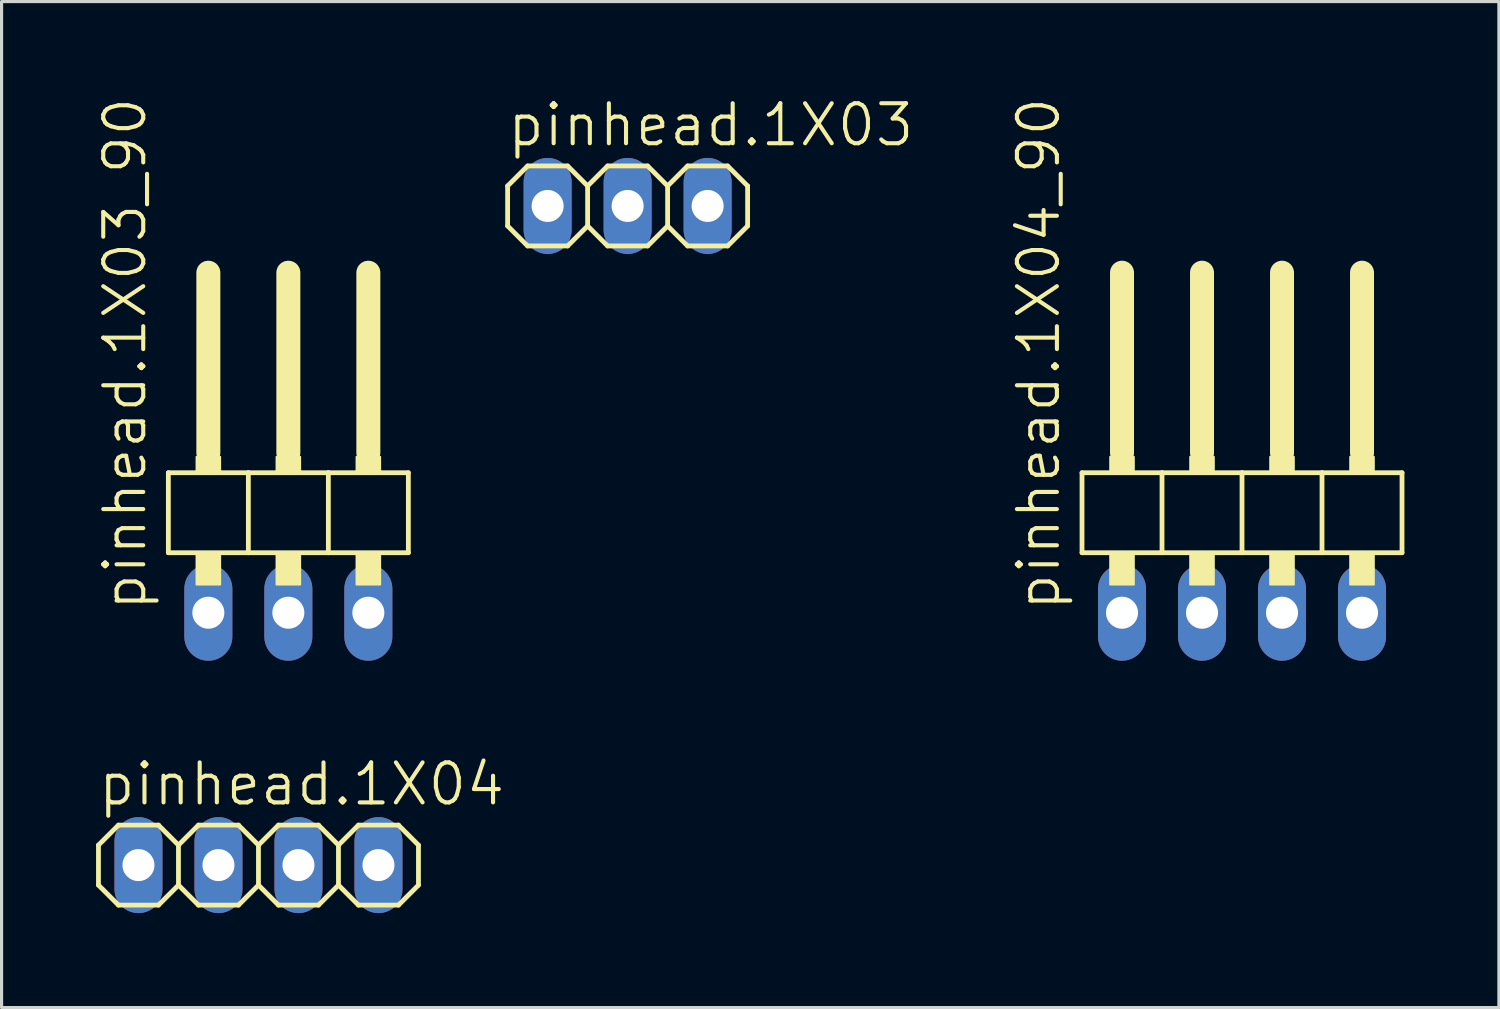
<source format=kicad_pcb>
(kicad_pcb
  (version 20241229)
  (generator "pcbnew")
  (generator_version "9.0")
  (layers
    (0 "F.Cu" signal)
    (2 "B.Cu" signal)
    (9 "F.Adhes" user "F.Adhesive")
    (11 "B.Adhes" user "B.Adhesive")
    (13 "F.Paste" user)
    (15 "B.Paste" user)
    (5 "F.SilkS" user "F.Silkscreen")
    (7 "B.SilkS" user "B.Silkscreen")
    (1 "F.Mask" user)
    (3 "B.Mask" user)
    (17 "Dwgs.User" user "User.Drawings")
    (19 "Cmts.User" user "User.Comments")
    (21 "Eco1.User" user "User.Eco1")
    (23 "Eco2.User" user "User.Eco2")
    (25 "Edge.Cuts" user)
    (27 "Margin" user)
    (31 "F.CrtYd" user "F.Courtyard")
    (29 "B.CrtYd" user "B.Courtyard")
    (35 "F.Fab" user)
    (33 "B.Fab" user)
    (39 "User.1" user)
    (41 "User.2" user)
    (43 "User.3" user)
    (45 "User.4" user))
  (footprint "pinhead.1X03"
    (layer "F.Cu")
    (at 16.877 3.489)
    (property "Reference" "pinhead.1X03" (at -3.886 -1.829 0) (layer "F.SilkS") (effects (font (size 1.27 1.27) (thickness 0.13)) (justify left bottom)))
    (attr through_hole)
    (fp_line (start -3.81 -0.635) (end -3.81 0.635) (stroke (width 0.152) (type default)) (layer "F.SilkS"))
    (fp_line (start -3.81 0.635) (end -3.175 1.27) (stroke (width 0.152) (type default)) (layer "F.SilkS"))
    (fp_line (start -3.175 -1.27) (end -3.81 -0.635) (stroke (width 0.152) (type default)) (layer "F.SilkS"))
    (fp_line (start -3.175 -1.27) (end -1.905 -1.27) (stroke (width 0.152) (type default)) (layer "F.SilkS"))
    (fp_line (start -1.905 -1.27) (end -1.27 -0.635) (stroke (width 0.152) (type default)) (layer "F.SilkS"))
    (fp_line (start -1.905 1.27) (end -3.175 1.27) (stroke (width 0.152) (type default)) (layer "F.SilkS"))
    (fp_line (start -1.27 -0.635) (end -1.27 0.635) (stroke (width 0.152) (type default)) (layer "F.SilkS"))
    (fp_line (start -1.27 -0.635) (end -0.635 -1.27) (stroke (width 0.152) (type default)) (layer "F.SilkS"))
    (fp_line (start -1.27 0.635) (end -1.905 1.27) (stroke (width 0.152) (type default)) (layer "F.SilkS"))
    (fp_line (start -0.635 -1.27) (end 0.635 -1.27) (stroke (width 0.152) (type default)) (layer "F.SilkS"))
    (fp_line (start -0.635 1.27) (end -1.27 0.635) (stroke (width 0.152) (type default)) (layer "F.SilkS"))
    (fp_line (start 0.635 -1.27) (end 1.27 -0.635) (stroke (width 0.152) (type default)) (layer "F.SilkS"))
    (fp_line (start 0.635 1.27) (end -0.635 1.27) (stroke (width 0.152) (type default)) (layer "F.SilkS"))
    (fp_line (start 1.27 -0.635) (end 1.27 0.635) (stroke (width 0.152) (type default)) (layer "F.SilkS"))
    (fp_line (start 1.27 -0.635) (end 1.905 -1.27) (stroke (width 0.152) (type default)) (layer "F.SilkS"))
    (fp_line (start 1.27 0.635) (end 0.635 1.27) (stroke (width 0.152) (type default)) (layer "F.SilkS"))
    (fp_line (start 1.905 -1.27) (end 3.175 -1.27) (stroke (width 0.152) (type default)) (layer "F.SilkS"))
    (fp_line (start 1.905 1.27) (end 1.27 0.635) (stroke (width 0.152) (type default)) (layer "F.SilkS"))
    (fp_line (start 3.175 -1.27) (end 3.81 -0.635) (stroke (width 0.152) (type default)) (layer "F.SilkS"))
    (fp_line (start 3.175 1.27) (end 1.905 1.27) (stroke (width 0.152) (type default)) (layer "F.SilkS"))
    (fp_line (start 3.81 -0.635) (end 3.81 0.635) (stroke (width 0.152) (type default)) (layer "F.SilkS"))
    (fp_line (start 3.81 0.635) (end 3.175 1.27) (stroke (width 0.152) (type default)) (layer "F.SilkS"))
    (fp_rect (start -2.794 0.254) (end -2.286 -0.254) (stroke (width 0.05) (type default)) (fill no) (layer "F.Fab"))
    (fp_rect (start -0.254 0.254) (end 0.254 -0.254) (stroke (width 0.05) (type default)) (fill no) (layer "F.Fab"))
    (fp_rect (start 2.286 0.254) (end 2.794 -0.254) (stroke (width 0.05) (type default)) (fill no) (layer "F.Fab"))
    (pad "1" thru_hole oval (at -2.54 0 90) (size 3.048 1.524) (drill 1.016) (layers "*.Cu" "*.Mask"))
    (pad "2" thru_hole oval (at 0 0 90) (size 3.048 1.524) (drill 1.016) (layers "*.Cu" "*.Mask"))
    (pad "3" thru_hole oval (at 2.54 0 90) (size 3.048 1.524) (drill 1.016) (layers "*.Cu" "*.Mask")))
  (footprint "pinhead.1X04"
    (layer "F.Cu")
    (at 5.156 24.417)
    (property "Reference" "pinhead.1X04" (at -5.156 -1.829 0) (layer "F.SilkS") (effects (font (size 1.27 1.27) (thickness 0.13)) (justify left bottom)))
    (attr through_hole)
    (fp_line (start -5.08 -0.635) (end -5.08 0.635) (stroke (width 0.152) (type default)) (layer "F.SilkS"))
    (fp_line (start -5.08 0.635) (end -4.445 1.27) (stroke (width 0.152) (type default)) (layer "F.SilkS"))
    (fp_line (start -4.445 -1.27) (end -5.08 -0.635) (stroke (width 0.152) (type default)) (layer "F.SilkS"))
    (fp_line (start -4.445 -1.27) (end -3.175 -1.27) (stroke (width 0.152) (type default)) (layer "F.SilkS"))
    (fp_line (start -3.175 -1.27) (end -2.54 -0.635) (stroke (width 0.152) (type default)) (layer "F.SilkS"))
    (fp_line (start -3.175 1.27) (end -4.445 1.27) (stroke (width 0.152) (type default)) (layer "F.SilkS"))
    (fp_line (start -2.54 -0.635) (end -2.54 0.635) (stroke (width 0.152) (type default)) (layer "F.SilkS"))
    (fp_line (start -2.54 -0.635) (end -1.905 -1.27) (stroke (width 0.152) (type default)) (layer "F.SilkS"))
    (fp_line (start -2.54 0.635) (end -3.175 1.27) (stroke (width 0.152) (type default)) (layer "F.SilkS"))
    (fp_line (start -1.905 -1.27) (end -0.635 -1.27) (stroke (width 0.152) (type default)) (layer "F.SilkS"))
    (fp_line (start -1.905 1.27) (end -2.54 0.635) (stroke (width 0.152) (type default)) (layer "F.SilkS"))
    (fp_line (start -0.635 -1.27) (end 0 -0.635) (stroke (width 0.152) (type default)) (layer "F.SilkS"))
    (fp_line (start -0.635 1.27) (end -1.905 1.27) (stroke (width 0.152) (type default)) (layer "F.SilkS"))
    (fp_line (start 0 -0.635) (end 0 0.635) (stroke (width 0.152) (type default)) (layer "F.SilkS"))
    (fp_line (start 0 -0.635) (end 0.635 -1.27) (stroke (width 0.152) (type default)) (layer "F.SilkS"))
    (fp_line (start 0 0.635) (end -0.635 1.27) (stroke (width 0.152) (type default)) (layer "F.SilkS"))
    (fp_line (start 0.635 -1.27) (end 1.905 -1.27) (stroke (width 0.152) (type default)) (layer "F.SilkS"))
    (fp_line (start 0.635 1.27) (end 0 0.635) (stroke (width 0.152) (type default)) (layer "F.SilkS"))
    (fp_line (start 1.905 -1.27) (end 2.54 -0.635) (stroke (width 0.152) (type default)) (layer "F.SilkS"))
    (fp_line (start 1.905 1.27) (end 0.635 1.27) (stroke (width 0.152) (type default)) (layer "F.SilkS"))
    (fp_line (start 2.54 -0.635) (end 2.54 0.635) (stroke (width 0.152) (type default)) (layer "F.SilkS"))
    (fp_line (start 2.54 0.635) (end 1.905 1.27) (stroke (width 0.152) (type default)) (layer "F.SilkS"))
    (fp_line (start 2.54 0.635) (end 3.175 1.27) (stroke (width 0.152) (type default)) (layer "F.SilkS"))
    (fp_line (start 3.175 -1.27) (end 2.54 -0.635) (stroke (width 0.152) (type default)) (layer "F.SilkS"))
    (fp_line (start 3.175 -1.27) (end 4.445 -1.27) (stroke (width 0.152) (type default)) (layer "F.SilkS"))
    (fp_line (start 4.445 -1.27) (end 5.08 -0.635) (stroke (width 0.152) (type default)) (layer "F.SilkS"))
    (fp_line (start 4.445 1.27) (end 3.175 1.27) (stroke (width 0.152) (type default)) (layer "F.SilkS"))
    (fp_line (start 5.08 -0.635) (end 5.08 0.635) (stroke (width 0.152) (type default)) (layer "F.SilkS"))
    (fp_line (start 5.08 0.635) (end 4.445 1.27) (stroke (width 0.152) (type default)) (layer "F.SilkS"))
    (fp_rect (start -4.064 0.254) (end -3.556 -0.254) (stroke (width 0.05) (type default)) (fill no) (layer "F.Fab"))
    (fp_rect (start -1.524 0.254) (end -1.016 -0.254) (stroke (width 0.05) (type default)) (fill no) (layer "F.Fab"))
    (fp_rect (start 1.016 0.254) (end 1.524 -0.254) (stroke (width 0.05) (type default)) (fill no) (layer "F.Fab"))
    (fp_rect (start 3.556 0.254) (end 4.064 -0.254) (stroke (width 0.05) (type default)) (fill no) (layer "F.Fab"))
    (pad "1" thru_hole oval (at -3.81 0 90) (size 3.048 1.524) (drill 1.016) (layers "*.Cu" "*.Mask"))
    (pad "2" thru_hole oval (at -1.27 0 90) (size 3.048 1.524) (drill 1.016) (layers "*.Cu" "*.Mask"))
    (pad "3" thru_hole oval (at 1.27 0 90) (size 3.048 1.524) (drill 1.016) (layers "*.Cu" "*.Mask"))
    (pad "4" thru_hole oval (at 3.81 0 90) (size 3.048 1.524) (drill 1.016) (layers "*.Cu" "*.Mask")))
  (footprint "pinhead.1X04_90"
    (layer "F.Cu")
    (at 36.384 12.594)
    (property "Reference" "pinhead.1X04_90" (at -5.715 3.81 90) (layer "F.SilkS") (effects (font (size 1.27 1.27) (thickness 0.13)) (justify left bottom)))
    (attr through_hole)
    (fp_line (start -5.08 -0.635) (end -5.08 1.905) (stroke (width 0.152) (type default)) (layer "F.SilkS"))
    (fp_line (start -5.08 1.905) (end -2.54 1.905) (stroke (width 0.152) (type default)) (layer "F.SilkS"))
    (fp_line (start -3.81 -6.985) (end -3.81 -1.27) (stroke (width 0.762) (type default)) (layer "F.SilkS"))
    (fp_line (start -2.54 -0.635) (end -5.08 -0.635) (stroke (width 0.152) (type default)) (layer "F.SilkS"))
    (fp_line (start -2.54 1.905) (end -2.54 -0.635) (stroke (width 0.152) (type default)) (layer "F.SilkS"))
    (fp_line (start -2.54 1.905) (end 0 1.905) (stroke (width 0.152) (type default)) (layer "F.SilkS"))
    (fp_line (start -1.27 -6.985) (end -1.27 -1.27) (stroke (width 0.762) (type default)) (layer "F.SilkS"))
    (fp_line (start 0 -0.635) (end -2.54 -0.635) (stroke (width 0.152) (type default)) (layer "F.SilkS"))
    (fp_line (start 0 1.905) (end 0 -0.635) (stroke (width 0.152) (type default)) (layer "F.SilkS"))
    (fp_line (start 0 1.905) (end 2.54 1.905) (stroke (width 0.152) (type default)) (layer "F.SilkS"))
    (fp_line (start 1.27 -6.985) (end 1.27 -1.27) (stroke (width 0.762) (type default)) (layer "F.SilkS"))
    (fp_line (start 2.54 -0.635) (end 0 -0.635) (stroke (width 0.152) (type default)) (layer "F.SilkS"))
    (fp_line (start 2.54 1.905) (end 2.54 -0.635) (stroke (width 0.152) (type default)) (layer "F.SilkS"))
    (fp_line (start 2.54 1.905) (end 5.08 1.905) (stroke (width 0.152) (type default)) (layer "F.SilkS"))
    (fp_line (start 3.81 -6.985) (end 3.81 -1.27) (stroke (width 0.762) (type default)) (layer "F.SilkS"))
    (fp_line (start 5.08 -0.635) (end 2.54 -0.635) (stroke (width 0.152) (type default)) (layer "F.SilkS"))
    (fp_line (start 5.08 1.905) (end 5.08 -0.635) (stroke (width 0.152) (type default)) (layer "F.SilkS"))
    (fp_rect (start -4.191 -0.635) (end -3.429 -1.143) (stroke (width 0.05) (type default)) (fill yes) (layer "F.SilkS"))
    (fp_rect (start -4.191 2.921) (end -3.429 1.905) (stroke (width 0.05) (type default)) (fill yes) (layer "F.SilkS"))
    (fp_rect (start -1.651 -0.635) (end -0.889 -1.143) (stroke (width 0.05) (type default)) (fill yes) (layer "F.SilkS"))
    (fp_rect (start -1.651 2.921) (end -0.889 1.905) (stroke (width 0.05) (type default)) (fill yes) (layer "F.SilkS"))
    (fp_rect (start 0.889 -0.635) (end 1.651 -1.143) (stroke (width 0.05) (type default)) (fill yes) (layer "F.SilkS"))
    (fp_rect (start 0.889 2.921) (end 1.651 1.905) (stroke (width 0.05) (type default)) (fill yes) (layer "F.SilkS"))
    (fp_rect (start 3.429 -0.635) (end 4.191 -1.143) (stroke (width 0.05) (type default)) (fill yes) (layer "F.SilkS"))
    (fp_rect (start 3.429 2.921) (end 4.191 1.905) (stroke (width 0.05) (type default)) (fill yes) (layer "F.SilkS"))
    (pad "1" thru_hole oval (at -3.81 3.81 90) (size 3.048 1.524) (drill 1.016) (layers "*.Cu" "*.Mask"))
    (pad "2" thru_hole oval (at -1.27 3.81 90) (size 3.048 1.524) (drill 1.016) (layers "*.Cu" "*.Mask"))
    (pad "3" thru_hole oval (at 1.27 3.81 90) (size 3.048 1.524) (drill 1.016) (layers "*.Cu" "*.Mask"))
    (pad "4" thru_hole oval (at 3.81 3.81 90) (size 3.048 1.524) (drill 1.016) (layers "*.Cu" "*.Mask")))
  (footprint "pinhead.1X03_90"
    (layer "F.Cu")
    (at 6.105 12.594)
    (property "Reference" "pinhead.1X03_90" (at -4.445 3.81 90) (layer "F.SilkS") (effects (font (size 1.27 1.27) (thickness 0.13)) (justify left bottom)))
    (attr through_hole)
    (fp_line (start -3.81 -0.635) (end -3.81 1.905) (stroke (width 0.152) (type default)) (layer "F.SilkS"))
    (fp_line (start -3.81 1.905) (end -1.27 1.905) (stroke (width 0.152) (type default)) (layer "F.SilkS"))
    (fp_line (start -2.54 -6.985) (end -2.54 -1.27) (stroke (width 0.762) (type default)) (layer "F.SilkS"))
    (fp_line (start -1.27 -0.635) (end -3.81 -0.635) (stroke (width 0.152) (type default)) (layer "F.SilkS"))
    (fp_line (start -1.27 1.905) (end -1.27 -0.635) (stroke (width 0.152) (type default)) (layer "F.SilkS"))
    (fp_line (start -1.27 1.905) (end 1.27 1.905) (stroke (width 0.152) (type default)) (layer "F.SilkS"))
    (fp_line (start 0 -6.985) (end 0 -1.27) (stroke (width 0.762) (type default)) (layer "F.SilkS"))
    (fp_line (start 1.27 -0.635) (end -1.27 -0.635) (stroke (width 0.152) (type default)) (layer "F.SilkS"))
    (fp_line (start 1.27 1.905) (end 1.27 -0.635) (stroke (width 0.152) (type default)) (layer "F.SilkS"))
    (fp_line (start 1.27 1.905) (end 3.81 1.905) (stroke (width 0.152) (type default)) (layer "F.SilkS"))
    (fp_line (start 2.54 -6.985) (end 2.54 -1.27) (stroke (width 0.762) (type default)) (layer "F.SilkS"))
    (fp_line (start 3.81 -0.635) (end 1.27 -0.635) (stroke (width 0.152) (type default)) (layer "F.SilkS"))
    (fp_line (start 3.81 1.905) (end 3.81 -0.635) (stroke (width 0.152) (type default)) (layer "F.SilkS"))
    (fp_rect (start -2.921 -0.635) (end -2.159 -1.143) (stroke (width 0.05) (type default)) (fill yes) (layer "F.SilkS"))
    (fp_rect (start -2.921 2.921) (end -2.159 1.905) (stroke (width 0.05) (type default)) (fill yes) (layer "F.SilkS"))
    (fp_rect (start -0.381 -0.635) (end 0.381 -1.143) (stroke (width 0.05) (type default)) (fill yes) (layer "F.SilkS"))
    (fp_rect (start -0.381 2.921) (end 0.381 1.905) (stroke (width 0.05) (type default)) (fill yes) (layer "F.SilkS"))
    (fp_rect (start 2.159 -0.635) (end 2.921 -1.143) (stroke (width 0.05) (type default)) (fill yes) (layer "F.SilkS"))
    (fp_rect (start 2.159 2.921) (end 2.921 1.905) (stroke (width 0.05) (type default)) (fill yes) (layer "F.SilkS"))
    (pad "1" thru_hole oval (at -2.54 3.81 90) (size 3.048 1.524) (drill 1.016) (layers "*.Cu" "*.Mask"))
    (pad "2" thru_hole oval (at 0 3.81 90) (size 3.048 1.524) (drill 1.016) (layers "*.Cu" "*.Mask"))
    (pad "3" thru_hole oval (at 2.54 3.81 90) (size 3.048 1.524) (drill 1.016) (layers "*.Cu" "*.Mask")))
  (gr_rect
    (start -3 -3)
    (end 44.54 28.941)
    (stroke (width 0.1) (type default))
    (fill no)
    (layer "Edge.Cuts")))
</source>
